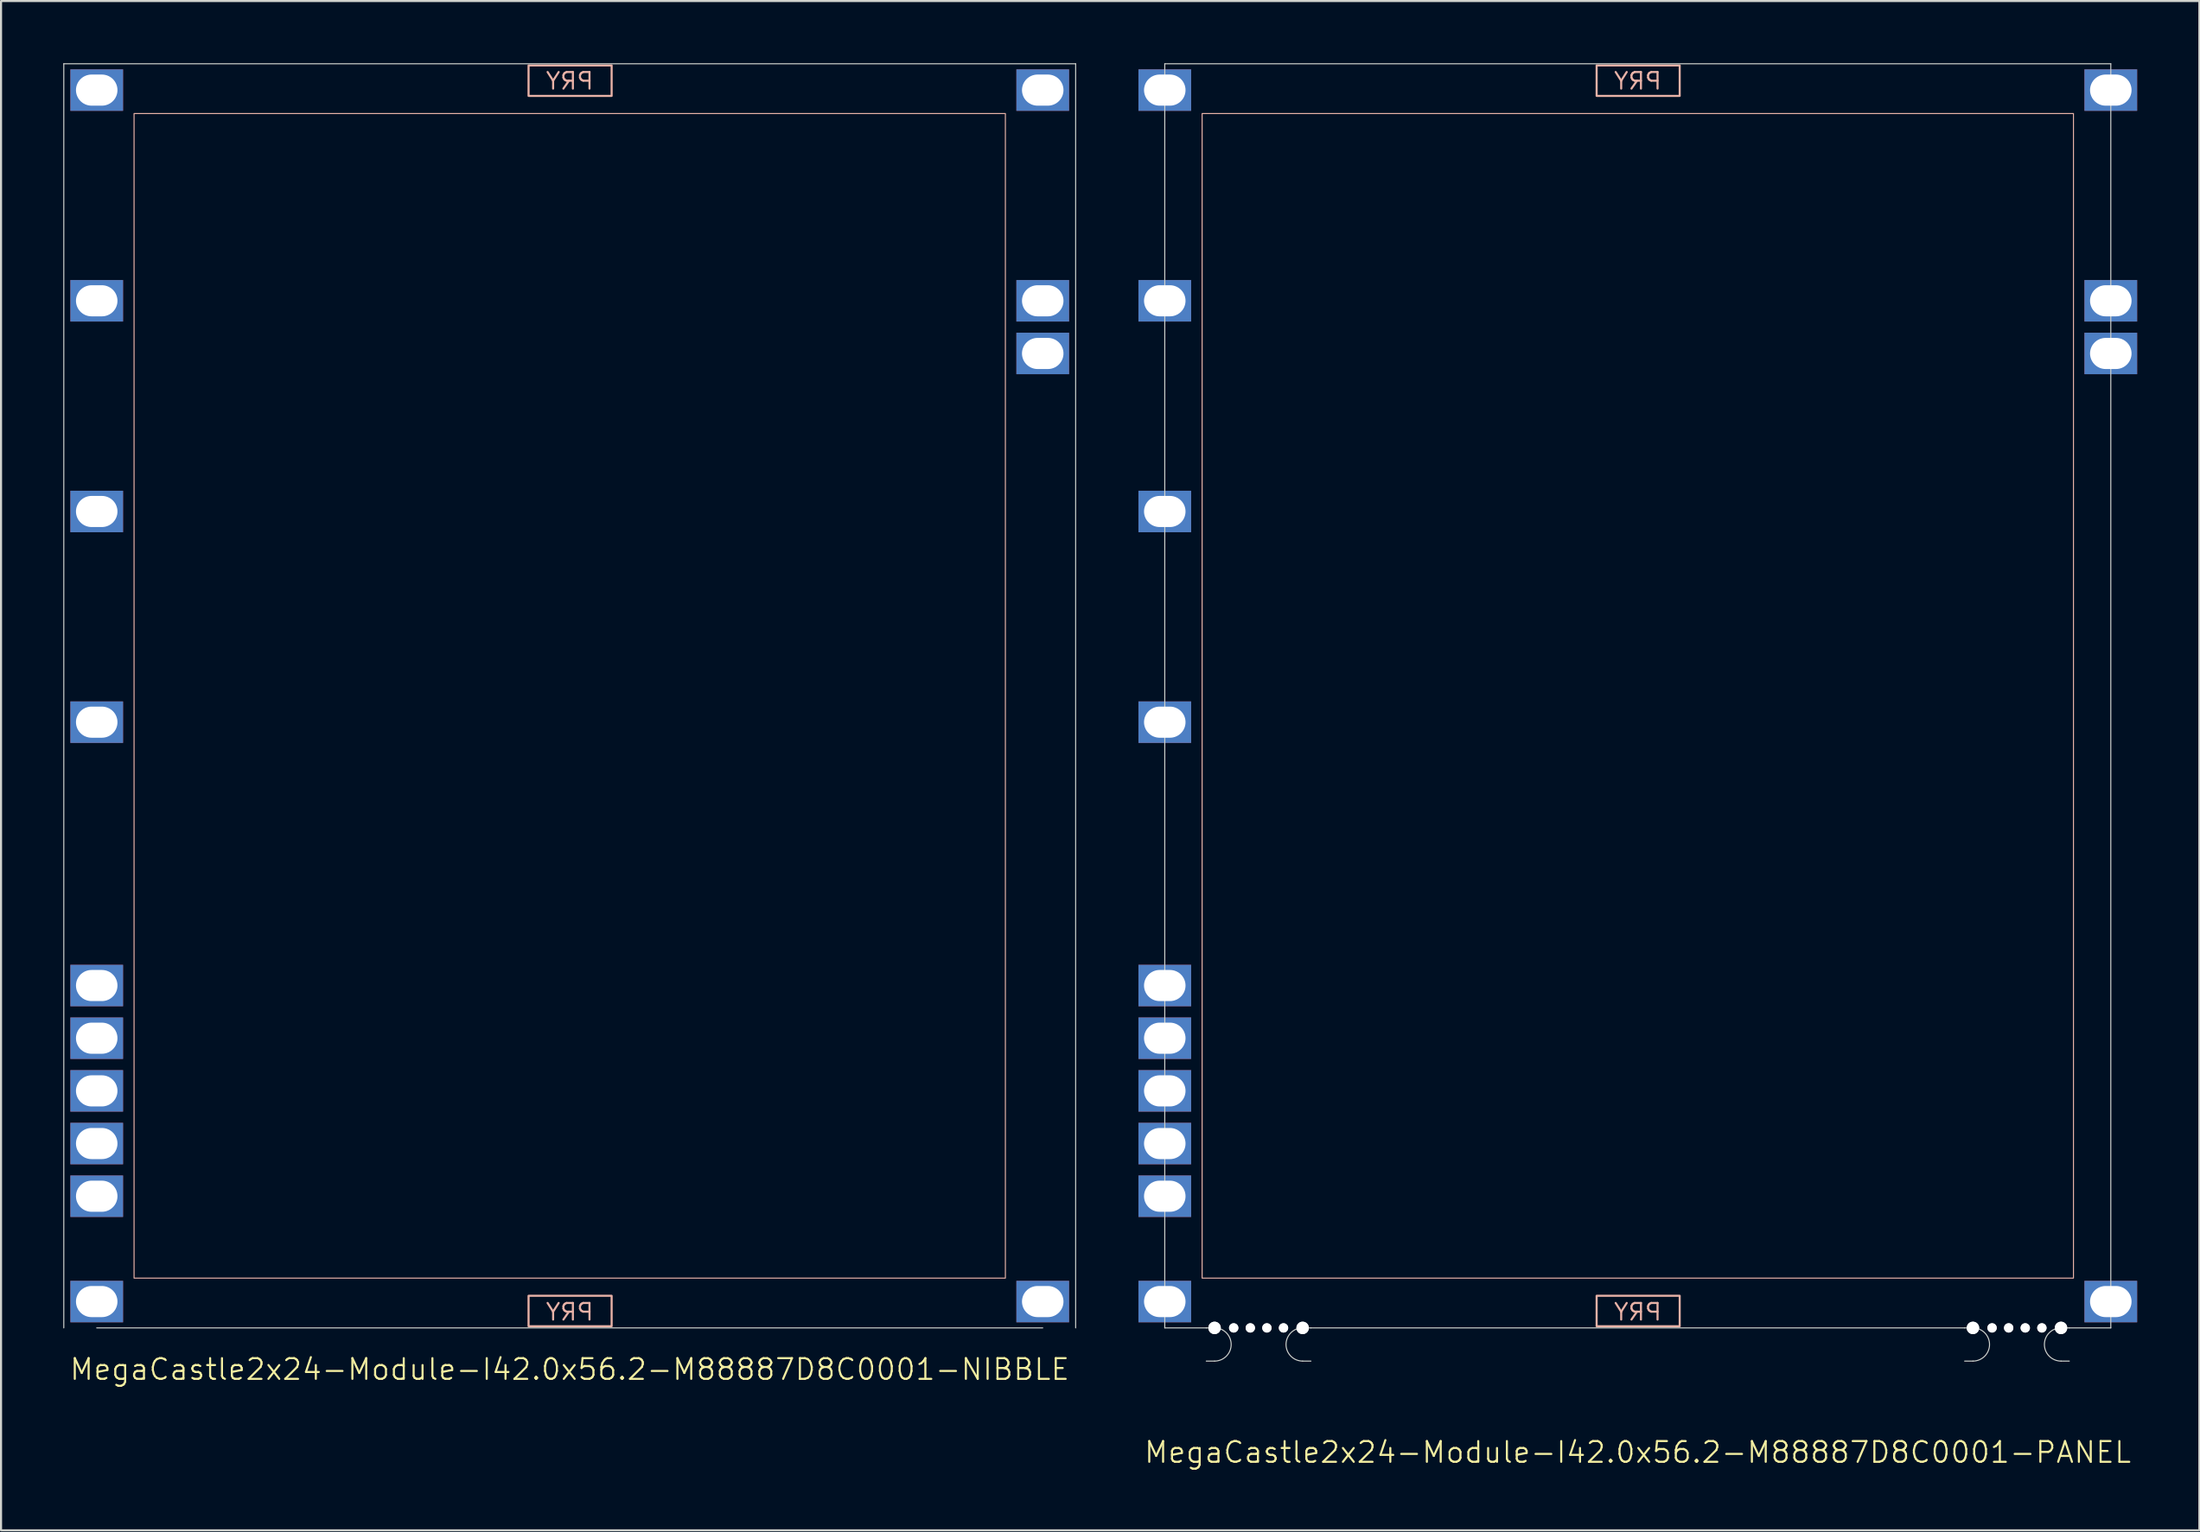
<source format=kicad_pcb>
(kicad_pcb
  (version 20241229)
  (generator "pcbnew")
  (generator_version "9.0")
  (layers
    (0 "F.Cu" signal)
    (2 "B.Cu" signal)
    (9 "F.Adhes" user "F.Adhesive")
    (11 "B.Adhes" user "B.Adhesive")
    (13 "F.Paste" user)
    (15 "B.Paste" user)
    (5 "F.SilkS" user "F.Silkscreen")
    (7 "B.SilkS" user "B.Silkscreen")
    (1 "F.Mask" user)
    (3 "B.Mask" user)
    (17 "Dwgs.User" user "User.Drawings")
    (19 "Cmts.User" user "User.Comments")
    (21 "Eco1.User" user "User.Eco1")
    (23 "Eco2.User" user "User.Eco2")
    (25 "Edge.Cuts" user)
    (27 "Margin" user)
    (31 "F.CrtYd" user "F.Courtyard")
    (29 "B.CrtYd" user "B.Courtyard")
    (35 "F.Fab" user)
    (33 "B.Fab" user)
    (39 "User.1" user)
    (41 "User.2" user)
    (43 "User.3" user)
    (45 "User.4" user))
  (footprint "MegaCastle2x24-Module-I42.0x56.2-M88887D8C0001-NIBBLE"
    (layer "F.Cu")
    (at 24.412 30.505)
    (property "Reference" "MegaCastle2x24-Module-I42.0x56.2-M88887D8C0001-NIBBLE" (at 0 32.48 0) (unlocked yes) (layer "F.SilkS") (effects (font (size 1 1) (thickness 0.1))))
    (attr smd)
    (fp_rect (start -21 28.08) (end 21 -28.08) (stroke (width 0.05) (type default)) (fill no) (layer "B.SilkS"))
    (fp_rect (start -1.984 -28.931) (end 2.02 -30.4) (stroke (width 0.1) (type default)) (fill no) (layer "B.SilkS"))
    (fp_rect (start -1.984 28.931) (end 2.02 30.4) (stroke (width 0.1) (type default)) (fill no) (layer "B.SilkS"))
    (fp_line (start -24.387 -30.48) (end -24.387 30.48) (stroke (width 0.05) (type default)) (layer "Edge.Cuts"))
    (fp_line (start -24.387 -30.48) (end 24.387 -30.48) (stroke (width 0.05) (type default)) (layer "Edge.Cuts"))
    (fp_line (start -22.8 30.48) (end 22.8 30.48) (stroke (width 0.05) (type default)) (layer "Edge.Cuts"))
    (fp_line (start 24.387 -30.48) (end 24.387 30.48) (stroke (width 0.05) (type default)) (layer "Edge.Cuts"))
    (fp_text user "PRY" (at 0 -29.18 0) (unlocked yes) (layer "B.SilkS") (effects (font (size 0.8 0.8) (thickness 0.1)) (justify bottom mirror)))
    (fp_text user "PRY" (at 0 30.18 0) (unlocked yes) (layer "B.SilkS") (effects (font (size 0.8 0.8) (thickness 0.1)) (justify bottom mirror)))
    (pad "1" thru_hole rect (at -22.8 -29.21) (size 2.54 2) (drill oval 2 1.5) (property pad_prop_castellated) (layers "*.Cu" "*.Mask"))
    (pad "5" thru_hole rect (at -22.8 -19.05) (size 2.54 2) (drill oval 2 1.5) (property pad_prop_castellated) (layers "*.Cu" "*.Mask"))
    (pad "9" thru_hole rect (at -22.8 -8.89) (size 2.54 2) (drill oval 2 1.5) (property pad_prop_castellated) (layers "*.Cu" "*.Mask"))
    (pad "13" thru_hole rect (at -22.8 1.27) (size 2.54 2) (drill oval 2 1.5) (property pad_prop_castellated) (layers "*.Cu" "*.Mask"))
    (pad "18" thru_hole rect (at -22.8 13.97) (size 2.54 2) (drill oval 2 1.5) (property pad_prop_castellated) (layers "*.Cu" "*.Mask"))
    (pad "19" thru_hole rect (at -22.8 16.51) (size 2.54 2) (drill oval 2 1.5) (property pad_prop_castellated) (layers "*.Cu" "*.Mask"))
    (pad "20" thru_hole rect (at -22.8 19.05) (size 2.54 2) (drill oval 2 1.5) (property pad_prop_castellated) (layers "*.Cu" "*.Mask"))
    (pad "21" thru_hole rect (at -22.8 21.59) (size 2.54 2) (drill oval 2 1.5) (property pad_prop_castellated) (layers "*.Cu" "*.Mask"))
    (pad "22" thru_hole rect (at -22.8 24.13) (size 2.54 2) (drill oval 2 1.5) (property pad_prop_castellated) (layers "*.Cu" "*.Mask"))
    (pad "24" thru_hole rect (at -22.8 29.21) (size 2.54 2) (drill oval 2 1.5) (property pad_prop_castellated) (layers "*.Cu" "*.Mask"))
    (pad "25" thru_hole rect (at 22.8 -29.21) (size 2.54 2) (drill oval 2 1.5) (property pad_prop_castellated) (layers "*.Cu" "*.Mask"))
    (pad "29" thru_hole rect (at 22.8 -19.05) (size 2.54 2) (drill oval 2 1.5) (property pad_prop_castellated) (layers "*.Cu" "*.Mask"))
    (pad "30" thru_hole rect (at 22.8 -16.51) (size 2.54 2) (drill oval 2 1.5) (property pad_prop_castellated) (layers "*.Cu" "*.Mask"))
    (pad "48" thru_hole rect (at 22.8 29.21) (size 2.54 2) (drill oval 2 1.5) (property pad_prop_castellated) (layers "*.Cu" "*.Mask"))
    (zone (net_name "") (layer "B.Cu") (hatch edge 0.5) (connect_pads) (min_thickness 0.25) (filled_areas_thickness no) (keepout (tracks allowed) (vias allowed) (pads allowed) (copperpour allowed) (footprints not_allowed)) (placement (enabled no)) (fill) (polygon (pts (xy 1.613 60.985) (xy 1.613 0.025) (xy 3.412 0.025) (xy 3.412 60.985))))
    (zone (net_name "") (layer "B.Cu") (hatch edge 0.5) (connect_pads) (min_thickness 0.25) (filled_areas_thickness no) (keepout (tracks allowed) (vias allowed) (pads allowed) (copperpour allowed) (footprints not_allowed)) (placement (enabled no)) (fill) (polygon (pts (xy 3.412 0.025) (xy 3.412 2.425) (xy 45.412 2.425) (xy 45.412 0.025))))
    (zone (net_name "") (layer "B.Cu") (hatch edge 0.5) (connect_pads) (min_thickness 0.25) (filled_areas_thickness no) (keepout (tracks allowed) (vias allowed) (pads allowed) (copperpour allowed) (footprints not_allowed)) (placement (enabled no)) (fill) (polygon (pts (xy 3.412 60.985) (xy 3.412 58.585) (xy 45.412 58.585) (xy 45.412 60.985))))
    (zone (net_name "") (layer "B.Cu") (name "Upper Pry Zone") (hatch edge 0.5) (connect_pads) (min_thickness 0.25) (filled_areas_thickness no) (keepout (tracks not_allowed) (vias not_allowed) (pads not_allowed) (copperpour allowed) (footprints not_allowed)) (placement (enabled no)) (fill) (polygon (pts (xy 22.428 1.574) (xy 22.428 0.105) (xy 26.432 0.105) (xy 26.432 1.574))))
    (zone (net_name "") (layer "B.Cu") (name "Upper Pry Zone") (hatch edge 0.5) (connect_pads) (min_thickness 0.25) (filled_areas_thickness no) (keepout (tracks not_allowed) (vias not_allowed) (pads not_allowed) (copperpour allowed) (footprints not_allowed)) (placement (enabled no)) (fill) (polygon (pts (xy 22.428 59.436) (xy 22.428 60.905) (xy 26.432 60.905) (xy 26.432 59.436))))
    (zone (net_name "") (layer "B.Cu") (hatch edge 0.5) (connect_pads) (min_thickness 0.25) (filled_areas_thickness no) (keepout (tracks allowed) (vias allowed) (pads allowed) (copperpour allowed) (footprints not_allowed)) (placement (enabled no)) (fill) (polygon (pts (xy 47.212 60.985) (xy 47.212 0.025) (xy 45.412 0.025) (xy 45.412 60.985)))))
  (footprint "MegaCastle2x24-Module-I42.0x56.2-M88887D8C0001-PANEL"
    (layer "F.Cu")
    (at 75.895 30.505)
    (property "Reference" "MegaCastle2x24-Module-I42.0x56.2-M88887D8C0001-PANEL" (at 0 36.48 0) (unlocked yes) (layer "F.SilkS") (effects (font (size 1 1) (thickness 0.1))))
    (attr smd)
    (fp_rect (start -21 28.08) (end 21 -28.08) (stroke (width 0.05) (type default)) (fill no) (layer "B.SilkS"))
    (fp_rect (start -1.984 -28.931) (end 2.02 -30.4) (stroke (width 0.1) (type default)) (fill no) (layer "B.SilkS"))
    (fp_rect (start -1.984 28.931) (end 2.02 30.4) (stroke (width 0.1) (type default)) (fill no) (layer "B.SilkS"))
    (fp_line (start -22.8 -30.48) (end -22.8 30.48) (stroke (width 0.05) (type default)) (layer "Edge.Cuts"))
    (fp_line (start -22.8 -30.48) (end 22.8 -30.48) (stroke (width 0.05) (type default)) (layer "Edge.Cuts"))
    (fp_line (start -22.8 30.48) (end -20.8 30.48) (stroke (width 0.05) (type default)) (layer "Edge.Cuts"))
    (fp_line (start -20.8 30.48) (end -20.4 30.48) (stroke (width 0.05) (type default)) (layer "Edge.Cuts"))
    (fp_line (start -20.8 32.08) (end -20.4 32.08) (stroke (width 0.05) (type default)) (layer "Edge.Cuts"))
    (fp_line (start -15.755 30.48) (end -16.155 30.48) (stroke (width 0.05) (type default)) (layer "Edge.Cuts"))
    (fp_line (start -15.755 30.48) (end 15.755 30.48) (stroke (width 0.05) (type default)) (layer "Edge.Cuts"))
    (fp_line (start -15.755 32.08) (end -16.155 32.08) (stroke (width 0.05) (type default)) (layer "Edge.Cuts"))
    (fp_line (start 15.755 30.48) (end 16.155 30.48) (stroke (width 0.05) (type default)) (layer "Edge.Cuts"))
    (fp_line (start 15.755 32.08) (end 16.155 32.08) (stroke (width 0.05) (type default)) (layer "Edge.Cuts"))
    (fp_line (start 20.8 30.48) (end 20.4 30.48) (stroke (width 0.05) (type default)) (layer "Edge.Cuts"))
    (fp_line (start 20.8 30.48) (end 22.8 30.48) (stroke (width 0.05) (type default)) (layer "Edge.Cuts"))
    (fp_line (start 20.8 32.08) (end 20.4 32.08) (stroke (width 0.05) (type default)) (layer "Edge.Cuts"))
    (fp_line (start 22.8 -30.48) (end 22.8 30.48) (stroke (width 0.05) (type default)) (layer "Edge.Cuts"))
    (fp_arc (start -20.4 30.48) (mid -19.6 31.280001) (end -20.4 32.080002) (stroke (width 0.05) (type default)) (layer "Edge.Cuts"))
    (fp_arc (start -16.155001 32.080002) (mid -16.955 31.280001) (end -16.155001 30.48) (stroke (width 0.05) (type default)) (layer "Edge.Cuts"))
    (fp_arc (start 16.155001 30.48) (mid 16.955 31.280001) (end 16.155001 32.080002) (stroke (width 0.05) (type default)) (layer "Edge.Cuts"))
    (fp_arc (start 20.4 32.080002) (mid 19.599998 31.28) (end 20.4 30.48) (stroke (width 0.05) (type default)) (layer "Edge.Cuts"))
    (fp_text user "PRY" (at 0 -29.18 0) (unlocked yes) (layer "B.SilkS") (effects (font (size 0.8 0.8) (thickness 0.1)) (justify bottom mirror)))
    (fp_text user "PRY" (at 0 30.18 0) (unlocked yes) (layer "B.SilkS") (effects (font (size 0.8 0.8) (thickness 0.1)) (justify bottom mirror)))
    (pad "" np_thru_hole circle (at -20.4 30.48) (size 0.6 0.6) (drill 0.6) (layers "*.Cu" "Edge.Cuts"))
    (pad "" np_thru_hole circle (at -19.478 30.48) (size 0.45 0.45) (drill 0.45) (layers "*.Cu" "Edge.Cuts"))
    (pad "" np_thru_hole circle (at -18.677 30.48) (size 0.45 0.45) (drill 0.45) (layers "*.Cu" "Edge.Cuts"))
    (pad "" np_thru_hole circle (at -17.878 30.48) (size 0.45 0.45) (drill 0.45) (layers "*.Cu" "Edge.Cuts"))
    (pad "" np_thru_hole circle (at -17.077 30.48) (size 0.45 0.45) (drill 0.45) (layers "*.Cu" "Edge.Cuts"))
    (pad "" np_thru_hole circle (at -16.155 30.48) (size 0.6 0.6) (drill 0.6) (layers "*.Cu" "Edge.Cuts"))
    (pad "" np_thru_hole circle (at 16.155 30.48) (size 0.6 0.6) (drill 0.6) (layers "*.Cu" "Edge.Cuts"))
    (pad "" np_thru_hole circle (at 17.077 30.48) (size 0.45 0.45) (drill 0.45) (layers "*.Cu" "Edge.Cuts"))
    (pad "" np_thru_hole circle (at 17.878 30.48) (size 0.45 0.45) (drill 0.45) (layers "*.Cu" "Edge.Cuts"))
    (pad "" np_thru_hole circle (at 18.677 30.48) (size 0.45 0.45) (drill 0.45) (layers "*.Cu" "Edge.Cuts"))
    (pad "" np_thru_hole circle (at 19.478 30.48) (size 0.45 0.45) (drill 0.45) (layers "*.Cu" "Edge.Cuts"))
    (pad "" np_thru_hole circle (at 20.4 30.48) (size 0.6 0.6) (drill 0.6) (layers "*.Cu" "Edge.Cuts"))
    (pad "1" thru_hole rect (at -22.8 -29.21) (size 2.54 2) (drill oval 2 1.5) (property pad_prop_castellated) (layers "*.Cu" "*.Mask"))
    (pad "5" thru_hole rect (at -22.8 -19.05) (size 2.54 2) (drill oval 2 1.5) (property pad_prop_castellated) (layers "*.Cu" "*.Mask"))
    (pad "9" thru_hole rect (at -22.8 -8.89) (size 2.54 2) (drill oval 2 1.5) (property pad_prop_castellated) (layers "*.Cu" "*.Mask"))
    (pad "13" thru_hole rect (at -22.8 1.27) (size 2.54 2) (drill oval 2 1.5) (property pad_prop_castellated) (layers "*.Cu" "*.Mask"))
    (pad "18" thru_hole rect (at -22.8 13.97) (size 2.54 2) (drill oval 2 1.5) (property pad_prop_castellated) (layers "*.Cu" "*.Mask"))
    (pad "19" thru_hole rect (at -22.8 16.51) (size 2.54 2) (drill oval 2 1.5) (property pad_prop_castellated) (layers "*.Cu" "*.Mask"))
    (pad "20" thru_hole rect (at -22.8 19.05) (size 2.54 2) (drill oval 2 1.5) (property pad_prop_castellated) (layers "*.Cu" "*.Mask"))
    (pad "21" thru_hole rect (at -22.8 21.59) (size 2.54 2) (drill oval 2 1.5) (property pad_prop_castellated) (layers "*.Cu" "*.Mask"))
    (pad "22" thru_hole rect (at -22.8 24.13) (size 2.54 2) (drill oval 2 1.5) (property pad_prop_castellated) (layers "*.Cu" "*.Mask"))
    (pad "24" thru_hole rect (at -22.8 29.21) (size 2.54 2) (drill oval 2 1.5) (property pad_prop_castellated) (layers "*.Cu" "*.Mask"))
    (pad "25" thru_hole rect (at 22.8 -29.21) (size 2.54 2) (drill oval 2 1.5) (property pad_prop_castellated) (layers "*.Cu" "*.Mask"))
    (pad "29" thru_hole rect (at 22.8 -19.05) (size 2.54 2) (drill oval 2 1.5) (property pad_prop_castellated) (layers "*.Cu" "*.Mask"))
    (pad "30" thru_hole rect (at 22.8 -16.51) (size 2.54 2) (drill oval 2 1.5) (property pad_prop_castellated) (layers "*.Cu" "*.Mask"))
    (pad "48" thru_hole rect (at 22.8 29.21) (size 2.54 2) (drill oval 2 1.5) (property pad_prop_castellated) (layers "*.Cu" "*.Mask"))
    (zone (net_name "") (layer "B.Cu") (hatch edge 0.5) (connect_pads) (min_thickness 0.25) (filled_areas_thickness no) (keepout (tracks allowed) (vias allowed) (pads allowed) (copperpour allowed) (footprints not_allowed)) (placement (enabled no)) (fill) (polygon (pts (xy 53.095 60.985) (xy 53.095 0.025) (xy 54.895 0.025) (xy 54.895 60.985))))
    (zone (net_name "") (layer "B.Cu") (hatch edge 0.5) (connect_pads) (min_thickness 0.25) (filled_areas_thickness no) (keepout (tracks allowed) (vias allowed) (pads allowed) (copperpour allowed) (footprints not_allowed)) (placement (enabled no)) (fill) (polygon (pts (xy 54.895 0.025) (xy 54.895 2.425) (xy 96.895 2.425) (xy 96.895 0.025))))
    (zone (net_name "") (layer "B.Cu") (hatch edge 0.5) (connect_pads) (min_thickness 0.25) (filled_areas_thickness no) (keepout (tracks allowed) (vias allowed) (pads allowed) (copperpour allowed) (footprints not_allowed)) (placement (enabled no)) (fill) (polygon (pts (xy 54.895 60.985) (xy 54.895 58.585) (xy 96.895 58.585) (xy 96.895 60.985))))
    (zone (net_name "") (layer "B.Cu") (name "Upper Pry Zone") (hatch edge 0.5) (connect_pads) (min_thickness 0.25) (filled_areas_thickness no) (keepout (tracks not_allowed) (vias not_allowed) (pads not_allowed) (copperpour allowed) (footprints not_allowed)) (placement (enabled no)) (fill) (polygon (pts (xy 73.911 1.574) (xy 73.911 0.105) (xy 77.915 0.105) (xy 77.915 1.574))))
    (zone (net_name "") (layer "B.Cu") (name "Upper Pry Zone") (hatch edge 0.5) (connect_pads) (min_thickness 0.25) (filled_areas_thickness no) (keepout (tracks not_allowed) (vias not_allowed) (pads not_allowed) (copperpour allowed) (footprints not_allowed)) (placement (enabled no)) (fill) (polygon (pts (xy 73.911 59.436) (xy 73.911 60.905) (xy 77.915 60.905) (xy 77.915 59.436))))
    (zone (net_name "") (layer "B.Cu") (hatch edge 0.5) (connect_pads) (min_thickness 0.25) (filled_areas_thickness no) (keepout (tracks allowed) (vias allowed) (pads allowed) (copperpour allowed) (footprints not_allowed)) (placement (enabled no)) (fill) (polygon (pts (xy 98.695 60.985) (xy 98.695 0.025) (xy 96.895 0.025) (xy 96.895 60.985)))))
  (gr_rect
    (start -3 -3)
    (end 102.965 70.746)
    (stroke (width 0.1) (type default))
    (fill no)
    (layer "Edge.Cuts")))
</source>
